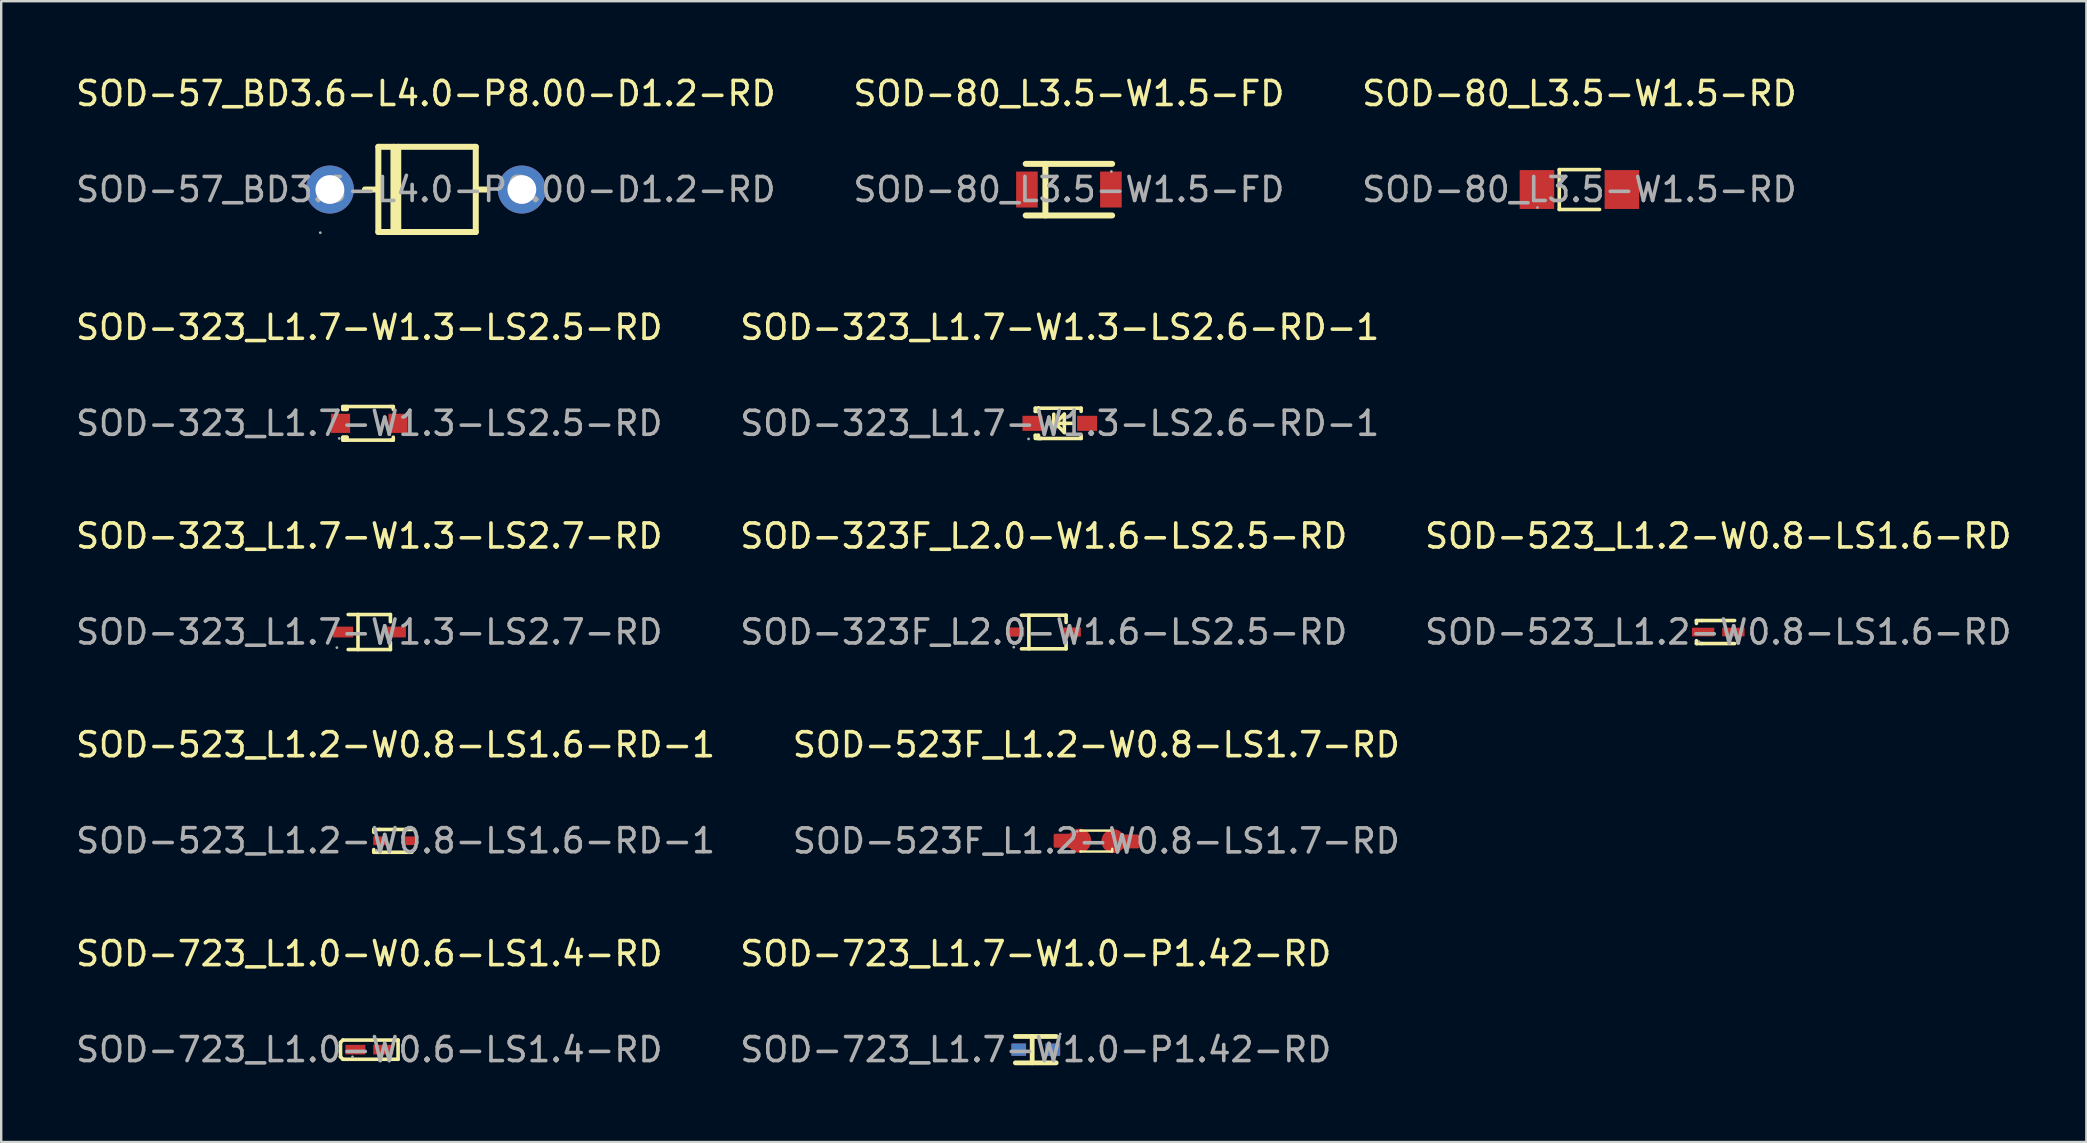
<source format=kicad_pcb>
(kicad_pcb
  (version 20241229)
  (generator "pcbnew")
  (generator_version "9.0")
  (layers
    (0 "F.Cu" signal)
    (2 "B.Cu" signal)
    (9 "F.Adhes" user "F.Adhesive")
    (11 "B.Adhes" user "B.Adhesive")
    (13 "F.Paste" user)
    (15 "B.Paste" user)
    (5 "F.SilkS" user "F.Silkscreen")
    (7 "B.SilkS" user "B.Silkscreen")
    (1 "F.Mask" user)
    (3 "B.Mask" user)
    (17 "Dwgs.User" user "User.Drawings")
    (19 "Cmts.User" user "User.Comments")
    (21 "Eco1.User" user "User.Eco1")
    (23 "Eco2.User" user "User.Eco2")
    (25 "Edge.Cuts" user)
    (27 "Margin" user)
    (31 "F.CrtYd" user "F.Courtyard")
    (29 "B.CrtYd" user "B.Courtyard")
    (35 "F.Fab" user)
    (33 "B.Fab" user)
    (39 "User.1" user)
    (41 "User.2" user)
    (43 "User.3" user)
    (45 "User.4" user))
  (footprint "SOD-323_L1.7-W1.3-LS2.5-RD"
    (layer "F.Cu")
    (at 12.339 14.591)
    (property "Reference" "SOD-323_L1.7-W1.3-LS2.5-RD" (at 0 -4 0) (layer "F.SilkS") (effects (font (size 1 1) (thickness 0.15))))
    (attr through_hole)
    (fp_line (start -1.1 -0.7) (end -1.1 -0.58) (stroke (width 0.15) (type solid)) (layer "F.SilkS"))
    (fp_line (start -1.1 0.58) (end -1.1 0.7) (stroke (width 0.15) (type solid)) (layer "F.SilkS"))
    (fp_line (start -1.1 0.58) (end -0.93 0.58) (stroke (width 0.15) (type solid)) (layer "F.SilkS"))
    (fp_line (start -1.1 0.7) (end 0.9 0.7) (stroke (width 0.15) (type solid)) (layer "F.SilkS"))
    (fp_line (start -1.01 -0.58) (end -1.01 -0.7) (stroke (width 0.15) (type solid)) (layer "F.SilkS"))
    (fp_line (start -1.01 0.7) (end -1.01 0.58) (stroke (width 0.15) (type solid)) (layer "F.SilkS"))
    (fp_line (start -0.93 -0.7) (end -0.93 -0.58) (stroke (width 0.15) (type solid)) (layer "F.SilkS"))
    (fp_line (start -0.93 -0.58) (end -1.1 -0.58) (stroke (width 0.15) (type solid)) (layer "F.SilkS"))
    (fp_line (start -0.93 0.58) (end -0.93 0.7) (stroke (width 0.15) (type solid)) (layer "F.SilkS"))
    (fp_line (start 0.9 -0.7) (end -1.1 -0.7) (stroke (width 0.15) (type solid)) (layer "F.SilkS"))
    (fp_line (start 0.9 0.7) (end 1 0.7) (stroke (width 0.15) (type solid)) (layer "F.SilkS"))
    (fp_line (start 1 -0.7) (end 0.9 -0.7) (stroke (width 0.15) (type solid)) (layer "F.SilkS"))
    (fp_line (start 1 -0.58) (end 1 -0.7) (stroke (width 0.15) (type solid)) (layer "F.SilkS"))
    (fp_line (start 1 0.7) (end 1 0.58) (stroke (width 0.15) (type solid)) (layer "F.SilkS"))
    (fp_circle (center -1.25 0.63) (end -1.22 0.63) (stroke (width 0.06) (type solid)) (fill no) (layer "F.Fab"))
    (fp_text user "${REFERENCE}" (at 0 0 0) (layer "F.Fab") (effects (font (size 1 1) (thickness 0.15))))
    (pad "1" smd rect (at -1.2 0) (size 0.8 0.8) (layers "F.Cu" "F.Mask" "F.Paste"))
    (pad "2" smd rect (at 1.2 0) (size 0.8 0.8) (layers "F.Cu" "F.Mask" "F.Paste")))
  (footprint "SOD-80_L3.5-W1.5-FD"
    (layer "F.Cu")
    (at 41.494 4.848)
    (property "Reference" "SOD-80_L3.5-W1.5-FD" (at 0 -4 0) (layer "F.SilkS") (effects (font (size 1 1) (thickness 0.15))))
    (attr through_hole)
    (fp_line (start -0.98 1.08) (end -0.98 -1.07) (stroke (width 0.25) (type solid)) (layer "F.SilkS"))
    (fp_line (start 1.8 -1.07) (end -1.8 -1.07) (stroke (width 0.25) (type solid)) (layer "F.SilkS"))
    (fp_line (start 1.8 1.08) (end -1.8 1.08) (stroke (width 0.25) (type solid)) (layer "F.SilkS"))
    (fp_circle (center 1.77 -0.75) (end 1.8 -0.75) (stroke (width 0.06) (type solid)) (fill no) (layer "F.Fab"))
    (fp_text user "${REFERENCE}" (at 0 0 0) (layer "F.Fab") (effects (font (size 1 1) (thickness 0.15))))
    (pad "1" smd rect (at 1.75 0 180) (size 0.9 1.5) (layers "F.Cu" "F.Mask" "F.Paste"))
    (pad "2" smd rect (at -1.75 0 180) (size 0.9 1.5) (layers "F.Cu" "F.Mask" "F.Paste")))
  (footprint "SOD-523_L1.2-W0.8-LS1.6-RD-1"
    (layer "F.Cu")
    (at 13.435 31.985)
    (property "Reference" "SOD-523_L1.2-W0.8-LS1.6-RD-1" (at 0 -4 0) (layer "F.SilkS") (effects (font (size 1 1) (thickness 0.15))))
    (attr through_hole)
    (fp_line (start -0.91 -0.47) (end -0.91 -0.35) (stroke (width 0.15) (type solid)) (layer "F.SilkS"))
    (fp_line (start -0.91 0.37) (end -0.91 0.48) (stroke (width 0.15) (type solid)) (layer "F.SilkS"))
    (fp_line (start -0.91 0.48) (end -0.67 0.48) (stroke (width 0.15) (type solid)) (layer "F.SilkS"))
    (fp_line (start -0.67 -0.47) (end -0.91 -0.47) (stroke (width 0.15) (type solid)) (layer "F.SilkS"))
    (fp_line (start -0.67 -0.47) (end 0.68 -0.47) (stroke (width 0.15) (type solid)) (layer "F.SilkS"))
    (fp_line (start -0.67 0.48) (end 0.68 0.48) (stroke (width 0.15) (type solid)) (layer "F.SilkS"))
    (fp_circle (center -0.8 0.4) (end -0.77 0.4) (stroke (width 0.06) (type solid)) (fill no) (layer "F.Fab"))
    (fp_text user "${REFERENCE}" (at 0 0 0) (layer "F.Fab") (effects (font (size 1 1) (thickness 0.15))))
    (pad "1" smd rect (at -0.63 0 180) (size 0.6 0.36) (layers "F.Cu" "F.Mask" "F.Paste"))
    (pad "2" smd rect (at 0.63 0 180) (size 0.6 0.36) (layers "F.Cu" "F.Mask" "F.Paste")))
  (footprint "SOD-723_L1.0-W0.6-LS1.4-RD"
    (layer "F.Cu")
    (at 12.339 40.691)
    (property "Reference" "SOD-723_L1.0-W0.6-LS1.4-RD" (at 0 -4 0) (layer "F.SilkS") (effects (font (size 1 1) (thickness 0.15))))
    (attr through_hole)
    (fp_line (start -1.2 -0.3) (end -1.1 -0.4) (stroke (width 0.15) (type solid)) (layer "F.SilkS"))
    (fp_line (start -1.2 0.3) (end -1.2 -0.3) (stroke (width 0.15) (type solid)) (layer "F.SilkS"))
    (fp_line (start -1.1 -0.4) (end 1.2 -0.4) (stroke (width 0.15) (type solid)) (layer "F.SilkS"))
    (fp_line (start -1.1 0.4) (end -1.2 0.3) (stroke (width 0.15) (type solid)) (layer "F.SilkS"))
    (fp_line (start 1.2 -0.4) (end 1.2 0.4) (stroke (width 0.15) (type solid)) (layer "F.SilkS"))
    (fp_line (start 1.2 0.4) (end -1.1 0.4) (stroke (width 0.15) (type solid)) (layer "F.SilkS"))
    (fp_circle (center -0.7 0.3) (end -0.67 0.3) (stroke (width 0.06) (type solid)) (fill no) (layer "F.Fab"))
    (fp_text user "${REFERENCE}" (at 0 0 0) (layer "F.Fab") (effects (font (size 1 1) (thickness 0.15))))
    (pad "1" smd rect (at -0.58 0 180) (size 0.83 0.4) (layers "F.Cu" "F.Mask" "F.Paste"))
    (pad "2" smd rect (at 0.58 0 180) (size 0.83 0.4) (layers "F.Cu" "F.Mask" "F.Paste")))
  (footprint "SOD-323F_L2.0-W1.6-LS2.5-RD"
    (layer "F.Cu")
    (at 40.446 23.288)
    (property "Reference" "SOD-323F_L2.0-W1.6-LS2.5-RD" (at 0 -4 0) (layer "F.SilkS") (effects (font (size 1 1) (thickness 0.15))))
    (attr through_hole)
    (fp_line (start -0.93 -0.7) (end 0.93 -0.7) (stroke (width 0.15) (type solid)) (layer "F.SilkS"))
    (fp_line (start -0.93 0.7) (end 0.93 0.7) (stroke (width 0.15) (type solid)) (layer "F.SilkS"))
    (fp_line (start -0.62 -0.7) (end -0.62 0.7) (stroke (width 0.15) (type solid)) (layer "F.SilkS"))
    (fp_line (start 0.93 -0.7) (end 0.93 -0.4) (stroke (width 0.15) (type solid)) (layer "F.SilkS"))
    (fp_line (start 0.93 0.7) (end 0.93 0.4) (stroke (width 0.15) (type solid)) (layer "F.SilkS"))
    (fp_circle (center -1.25 0.63) (end -1.22 0.63) (stroke (width 0.06) (type solid)) (fill no) (layer "F.Fab"))
    (fp_text user "${REFERENCE}" (at 0 0 0) (layer "F.Fab") (effects (font (size 1 1) (thickness 0.15))))
    (pad "1" smd rect (at -1.18 0 180) (size 0.73 0.38) (layers "F.Cu" "F.Mask" "F.Paste"))
    (pad "2" smd rect (at 1.18 0 180) (size 0.73 0.38) (layers "F.Cu" "F.Mask" "F.Paste")))
  (footprint "SOD-523F_L1.2-W0.8-LS1.7-RD"
    (layer "F.Cu")
    (at 42.637 31.994)
    (property "Reference" "SOD-523F_L1.2-W0.8-LS1.7-RD" (at 0 -4.01 0) (layer "F.SilkS") (effects (font (size 1 1) (thickness 0.15))))
    (attr through_hole)
    (fp_line (start -0.66 -0.43) (end -0.66 -0.43) (stroke (width 0.1) (type solid)) (layer "F.SilkS"))
    (fp_line (start -0.66 -0.43) (end 0.66 -0.43) (stroke (width 0.1) (type solid)) (layer "F.SilkS"))
    (fp_line (start -0.66 0.44) (end -0.66 0.44) (stroke (width 0.1) (type solid)) (layer "F.SilkS"))
    (fp_line (start 0.66 -0.43) (end 0.66 -0.33) (stroke (width 0.1) (type solid)) (layer "F.SilkS"))
    (fp_line (start 0.66 0.33) (end 0.66 0.44) (stroke (width 0.1) (type solid)) (layer "F.SilkS"))
    (fp_line (start 0.66 0.44) (end -0.66 0.44) (stroke (width 0.1) (type solid)) (layer "F.SilkS"))
    (fp_circle (center -0.8 -0.4) (end -0.77 -0.4) (stroke (width 0.06) (type solid)) (fill no) (layer "F.Fab"))
    (fp_text user "${REFERENCE}" (at 0 0 0) (layer "F.Fab") (effects (font (size 1 1) (thickness 0.15))))
    (pad "1" smd custom (at -0.71 -0.01) (size 1 1) (layers "F.Cu" "F.Mask" "F.Paste") (options (anchor circle)) (primitives (gr_poly (pts (xy -1.02 -0.24) (xy -0.41 -0.24) (xy -0.41 0.24) (xy -1.02 0.24)) (width 0.1) (fill yes))))
    (pad "2" smd custom (at 0.71 0.01) (size 1 1) (layers "F.Cu" "F.Mask" "F.Paste") (options (anchor circle)) (primitives (gr_poly (pts (xy 0.41 -0.23) (xy 1.02 -0.23) (xy 1.02 0.25) (xy 0.41 0.25)) (width 0.1) (fill yes)))))
  (footprint "SOD-323_L1.7-W1.3-LS2.7-RD"
    (layer "F.Cu")
    (at 12.339 23.288)
    (property "Reference" "SOD-323_L1.7-W1.3-LS2.7-RD" (at 0 -4 0) (layer "F.SilkS") (effects (font (size 1 1) (thickness 0.15))))
    (attr through_hole)
    (fp_line (start -0.88 -0.73) (end 0.88 -0.73) (stroke (width 0.15) (type solid)) (layer "F.SilkS"))
    (fp_line (start -0.88 0.73) (end 0.88 0.73) (stroke (width 0.15) (type solid)) (layer "F.SilkS"))
    (fp_line (start -0.47 -0.73) (end -0.47 0.73) (stroke (width 0.15) (type solid)) (layer "F.SilkS"))
    (fp_line (start 0.88 -0.73) (end 0.88 -0.43) (stroke (width 0.15) (type solid)) (layer "F.SilkS"))
    (fp_line (start 0.88 0.73) (end 0.88 0.43) (stroke (width 0.15) (type solid)) (layer "F.SilkS"))
    (fp_circle (center -1.35 0.65) (end -1.32 0.65) (stroke (width 0.06) (type solid)) (fill no) (layer "F.Fab"))
    (fp_text user "${REFERENCE}" (at 0 0 0) (layer "F.Fab") (effects (font (size 1 1) (thickness 0.15))))
    (pad "1" smd rect (at -1.1 0 180) (size 0.85 0.45) (layers "F.Cu" "F.Mask" "F.Paste"))
    (pad "2" smd rect (at 1.1 0 180) (size 0.85 0.45) (layers "F.Cu" "F.Mask" "F.Paste")))
  (footprint "SOD-723_L1.7-W1.0-P1.42-RD"
    (layer "F.Cu")
    (at 40.113 40.691)
    (property "Reference" "SOD-723_L1.7-W1.0-P1.42-RD" (at 0 -4 0) (layer "F.SilkS") (effects (font (size 1 1) (thickness 0.15))))
    (attr through_hole)
    (fp_line (start -0.85 -0.55) (end 0.85 -0.55) (stroke (width 0.2) (type solid)) (layer "F.SilkS"))
    (fp_line (start -0.85 0.55) (end 0.85 0.55) (stroke (width 0.2) (type solid)) (layer "F.SilkS"))
    (fp_line (start -0.15 -0.55) (end -0.15 0.55) (stroke (width 0.2) (type solid)) (layer "F.SilkS"))
    (fp_circle (center 1.02 -0.65) (end 1.05 -0.65) (stroke (width 0.06) (type solid)) (fill no) (layer "F.Fab"))
    (fp_text user "${REFERENCE}" (at 0 0 0) (layer "F.Fab") (effects (font (size 1 1) (thickness 0.15))))
    (pad "1" thru_hole rect (at 0.71 0 180) (size 0.61 0.51) (drill 0.001) (layers "F.Cu" "F.Mask" "F.Paste"))
    (pad "2" thru_hole rect (at -0.71 0 180) (size 0.61 0.51) (drill 0.001) (layers "F.Cu" "F.Mask" "F.Paste")))
  (footprint "SOD-323_L1.7-W1.3-LS2.6-RD-1"
    (layer "F.Cu")
    (at 41.113 14.591)
    (property "Reference" "SOD-323_L1.7-W1.3-LS2.6-RD-1" (at 0 -4 0) (layer "F.SilkS") (effects (font (size 1 1) (thickness 0.15))))
    (attr through_hole)
    (fp_line (start -1.02 -0.63) (end -1.02 -0.5) (stroke (width 0.15) (type solid)) (layer "F.SilkS"))
    (fp_line (start -1.02 -0.5) (end -0.89 -0.5) (stroke (width 0.15) (type solid)) (layer "F.SilkS"))
    (fp_line (start -1.02 0.5) (end -1.02 0.62) (stroke (width 0.15) (type solid)) (layer "F.SilkS"))
    (fp_line (start -1.02 0.5) (end -0.89 0.5) (stroke (width 0.15) (type solid)) (layer "F.SilkS"))
    (fp_line (start -0.89 -0.63) (end -1.02 -0.63) (stroke (width 0.15) (type solid)) (layer "F.SilkS"))
    (fp_line (start -0.89 -0.63) (end -0.89 -0.6) (stroke (width 0.15) (type solid)) (layer "F.SilkS"))
    (fp_line (start -0.89 -0.63) (end 0.89 -0.63) (stroke (width 0.15) (type solid)) (layer "F.SilkS"))
    (fp_line (start -0.89 -0.5) (end -0.89 -0.63) (stroke (width 0.15) (type solid)) (layer "F.SilkS"))
    (fp_line (start -0.89 0.6) (end -0.89 0.5) (stroke (width 0.15) (type solid)) (layer "F.SilkS"))
    (fp_line (start -0.89 0.6) (end -0.89 0.63) (stroke (width 0.15) (type solid)) (layer "F.SilkS"))
    (fp_line (start -0.89 0.63) (end 0.89 0.63) (stroke (width 0.15) (type solid)) (layer "F.SilkS"))
    (fp_line (start -0.77 0.63) (end -1.01 0.63) (stroke (width 0.15) (type solid)) (layer "F.SilkS"))
    (fp_line (start -0.25 -0.38) (end -0.25 0.38) (stroke (width 0.15) (type solid)) (layer "F.SilkS"))
    (fp_line (start -0.19 0) (end 0.19 -0.38) (stroke (width 0.15) (type solid)) (layer "F.SilkS"))
    (fp_line (start 0.19 -0.38) (end 0.19 0.38) (stroke (width 0.15) (type solid)) (layer "F.SilkS"))
    (fp_line (start 0.19 0.38) (end -0.19 0) (stroke (width 0.15) (type solid)) (layer "F.SilkS"))
    (fp_line (start 0.51 0) (end -0.51 0) (stroke (width 0.15) (type solid)) (layer "F.SilkS"))
    (fp_line (start 0.89 -0.63) (end 0.89 -0.5) (stroke (width 0.15) (type solid)) (layer "F.SilkS"))
    (fp_line (start 0.89 0.5) (end 0.89 0.63) (stroke (width 0.15) (type solid)) (layer "F.SilkS"))
    (fp_circle (center -1.3 0.65) (end -1.27 0.65) (stroke (width 0.06) (type solid)) (fill no) (layer "F.Fab"))
    (fp_text user "${REFERENCE}" (at 0 0 0) (layer "F.Fab") (effects (font (size 1 1) (thickness 0.15))))
    (pad "1" smd rect (at -1.14 0 90) (size 0.63 0.83) (layers "F.Cu" "F.Mask" "F.Paste"))
    (pad "2" smd rect (at 1.14 0 90) (size 0.63 0.83) (layers "F.Cu" "F.Mask" "F.Paste")))
  (footprint "SOD-80_L3.5-W1.5-RD"
    (layer "F.Cu")
    (at 62.768 4.848)
    (property "Reference" "SOD-80_L3.5-W1.5-RD" (at 0 -4 0) (layer "F.SilkS") (effects (font (size 1 1) (thickness 0.15))))
    (attr through_hole)
    (fp_line (start -0.84 -0.83) (end -0.84 0.83) (stroke (width 0.15) (type solid)) (layer "F.SilkS"))
    (fp_line (start -0.84 -0.83) (end 0.84 -0.83) (stroke (width 0.15) (type solid)) (layer "F.SilkS"))
    (fp_line (start -0.84 0.83) (end 0.84 0.83) (stroke (width 0.15) (type solid)) (layer "F.SilkS"))
    (fp_circle (center -1.75 0.75) (end -1.72 0.75) (stroke (width 0.06) (type solid)) (fill no) (layer "F.Fab"))
    (fp_text user "${REFERENCE}" (at 0 0 0) (layer "F.Fab") (effects (font (size 1 1) (thickness 0.15))))
    (pad "1" smd rect (at -1.77 0) (size 1.44 1.62) (layers "F.Cu" "F.Mask" "F.Paste"))
    (pad "2" smd rect (at 1.77 0) (size 1.44 1.62) (layers "F.Cu" "F.Mask" "F.Paste")))
  (footprint "SOD-57_BD3.6-L4.0-P8.00-D1.2-RD"
    (layer "F.Cu")
    (at 14.696 4.848)
    (property "Reference" "SOD-57_BD3.6-L4.0-P8.00-D1.2-RD" (at 0 -4 0) (layer "F.SilkS") (effects (font (size 1 1) (thickness 0.15))))
    (attr through_hole)
    (fp_line (start -1.98 -1.78) (end -1.98 1.77) (stroke (width 0.25) (type solid)) (layer "F.SilkS"))
    (fp_line (start -1.98 0) (end -2.54 0) (stroke (width 0.25) (type solid)) (layer "F.SilkS"))
    (fp_line (start -1.98 1.77) (end 2.08 1.77) (stroke (width 0.25) (type solid)) (layer "F.SilkS"))
    (fp_line (start -1.35 1.77) (end -1.35 -1.78) (stroke (width 0.25) (type solid)) (layer "F.SilkS"))
    (fp_line (start -1.15 1.77) (end -1.15 -1.78) (stroke (width 0.25) (type solid)) (layer "F.SilkS"))
    (fp_line (start 2.08 -1.78) (end -1.98 -1.78) (stroke (width 0.25) (type solid)) (layer "F.SilkS"))
    (fp_line (start 2.08 1.77) (end 2.08 -1.78) (stroke (width 0.25) (type solid)) (layer "F.SilkS"))
    (fp_line (start 2.54 0) (end 2.08 0) (stroke (width 0.25) (type solid)) (layer "F.SilkS"))
    (fp_circle (center -4.4 1.8) (end -4.37 1.8) (stroke (width 0.06) (type solid)) (fill no) (layer "F.Fab"))
    (fp_circle (center -4 0) (end -3.8 0) (stroke (width 0.4) (type solid)) (fill no) (layer "F.Fab"))
    (fp_circle (center 4 0) (end 4.2 0) (stroke (width 0.4) (type solid)) (fill no) (layer "F.Fab"))
    (fp_text user "${REFERENCE}" (at 0 0 0) (layer "F.Fab") (effects (font (size 1 1) (thickness 0.15))))
    (pad "1" thru_hole circle (at -4 0 180) (size 2 2) (drill 1.2) (layers "*.Cu" "*.Paste" "*.Mask"))
    (pad "2" thru_hole circle (at 4 0 180) (size 2 2) (drill 1.2) (layers "*.Cu" "*.Paste" "*.Mask")))
  (footprint "SOD-523_L1.2-W0.8-LS1.6-RD"
    (layer "F.Cu")
    (at 68.554 23.288)
    (property "Reference" "SOD-523_L1.2-W0.8-LS1.6-RD" (at 0 -4 0) (layer "F.SilkS") (effects (font (size 1 1) (thickness 0.15))))
    (attr through_hole)
    (fp_line (start -0.91 -0.48) (end -0.91 -0.36) (stroke (width 0.15) (type solid)) (layer "F.SilkS"))
    (fp_line (start -0.91 0.36) (end -0.91 0.48) (stroke (width 0.15) (type solid)) (layer "F.SilkS"))
    (fp_line (start -0.91 0.48) (end -0.68 0.48) (stroke (width 0.15) (type solid)) (layer "F.SilkS"))
    (fp_line (start -0.68 -0.48) (end -0.91 -0.48) (stroke (width 0.15) (type solid)) (layer "F.SilkS"))
    (fp_line (start -0.68 -0.48) (end 0.68 -0.48) (stroke (width 0.15) (type solid)) (layer "F.SilkS"))
    (fp_line (start -0.68 0.48) (end 0.68 0.48) (stroke (width 0.15) (type solid)) (layer "F.SilkS"))
    (fp_circle (center -0.8 0.4) (end -0.77 0.4) (stroke (width 0.06) (type solid)) (fill no) (layer "F.Fab"))
    (fp_text user "${REFERENCE}" (at 0 0 0) (layer "F.Fab") (effects (font (size 1 1) (thickness 0.15))))
    (pad "1" smd rect (at -0.63 0 180) (size 0.93 0.36) (layers "F.Cu" "F.Mask" "F.Paste"))
    (pad "2" smd rect (at 0.63 0 180) (size 0.93 0.36) (layers "F.Cu" "F.Mask" "F.Paste")))
  (gr_rect
    (start -3 -3)
    (end 83.893 44.539)
    (stroke (width 0.1) (type default))
    (fill no)
    (layer "Edge.Cuts")))
</source>
